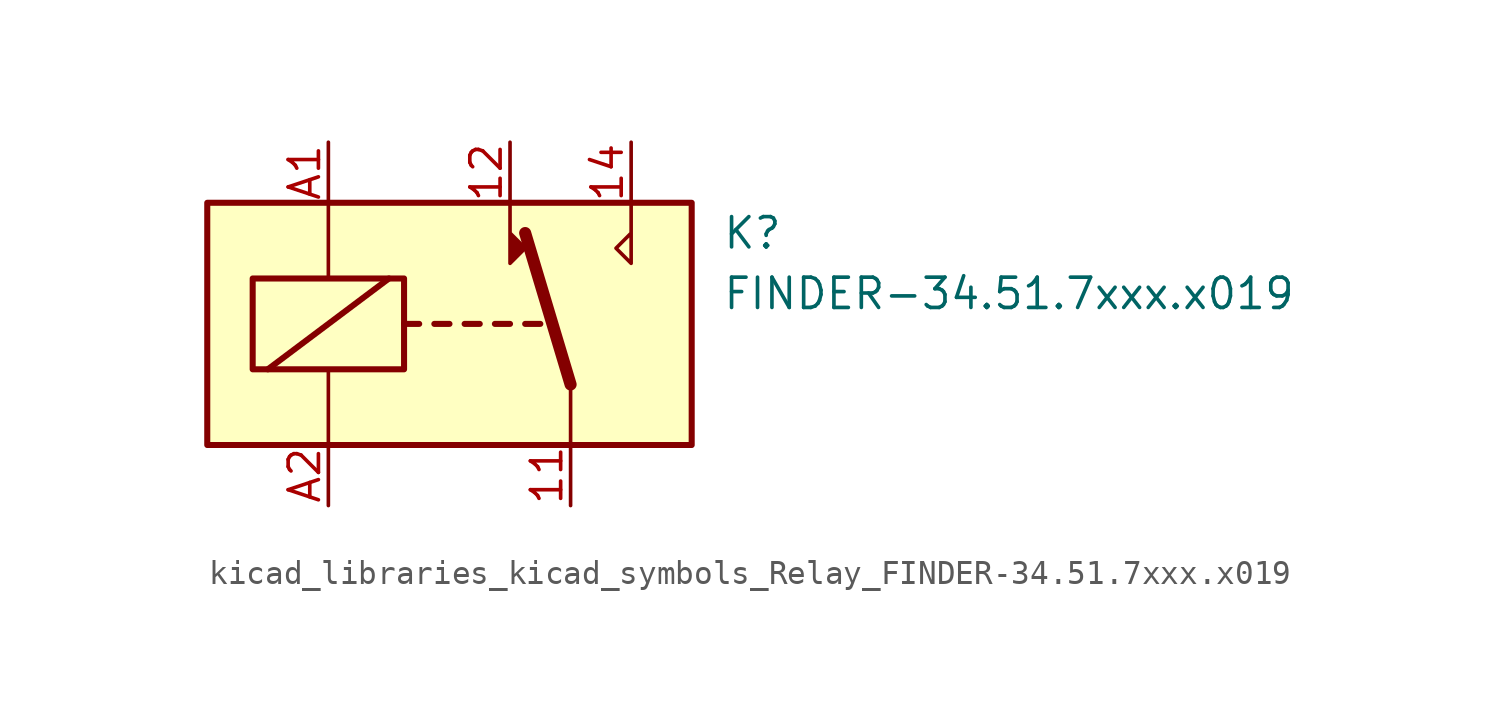
<source format=kicad_sym>
(kicad_symbol_lib
  (version 20220914)
  (generator kicad_symbol_editor)
  (symbol "kicad_libraries_kicad_symbols_Relay_FINDER-34.51.7xxx.x019"
    (property "Reference" "K"
      (at 11.43 3.81 0)
      (effects (font (size 1.27 1.27)) (justify left)))
    (property "Value" "FINDER-34.51.7xxx.x019"
      (at 11.43 1.27 0)
      (effects (font (size 1.27 1.27)) (justify left)))
    (symbol "kicad_libraries_kicad_symbols_Relay_FINDER-34.51.7xxx.x019_0_0"
      (polyline (pts (xy 7.62 5.08) (xy 7.62 2.54) (xy 6.985 3.175) (xy 7.62 3.81)) (stroke (width 0) (type default)) (fill (type none))))
    (symbol "kicad_libraries_kicad_symbols_Relay_FINDER-34.51.7xxx.x019_0_1"
      (rectangle (start -10.16 5.08) (end 10.16 -5.08) (stroke (width 0.254) (type default)) (fill (type background)))
      (rectangle (start -8.255 1.905) (end -1.905 -1.905) (stroke (width 0.254) (type default)) (fill (type none)))
      (polyline (pts (xy -7.62 -1.905) (xy -2.54 1.905)) (stroke (width 0.254) (type default)) (fill (type none)))
      (polyline (pts (xy -5.08 -5.08) (xy -5.08 -1.905)) (stroke (width 0) (type default)) (fill (type none)))
      (polyline (pts (xy -5.08 5.08) (xy -5.08 1.905)) (stroke (width 0) (type default)) (fill (type none)))
      (polyline (pts (xy -1.905 0) (xy -1.27 0)) (stroke (width 0.254) (type default)) (fill (type none)))
      (polyline (pts (xy -0.635 0) (xy 0 0)) (stroke (width 0.254) (type default)) (fill (type none)))
      (polyline (pts (xy 0.635 0) (xy 1.27 0)) (stroke (width 0.254) (type default)) (fill (type none)))
      (polyline (pts (xy 1.905 0) (xy 2.54 0)) (stroke (width 0.254) (type default)) (fill (type none)))
      (polyline (pts (xy 3.175 0) (xy 3.81 0)) (stroke (width 0.254) (type default)) (fill (type none)))
      (polyline (pts (xy 5.08 -2.54) (xy 3.175 3.81)) (stroke (width 0.508) (type default)) (fill (type none)))
      (polyline (pts (xy 5.08 -2.54) (xy 5.08 -5.08)) (stroke (width 0) (type default)) (fill (type none)))
      (polyline (pts (xy 2.54 5.08) (xy 2.54 2.54) (xy 3.175 3.175) (xy 2.54 3.81)) (stroke (width 0) (type default)) (fill (type outline))))
    (symbol "kicad_libraries_kicad_symbols_Relay_FINDER-34.51.7xxx.x019_1_1"
      (pin passive line (at 5.08 -7.62 90) (length 2.54) (name "~" (effects (font (size 1.27 1.27)))) (number "11" (effects (font (size 1.27 1.27)))))
      (pin passive line (at 2.54 7.62 270) (length 2.54) (name "~" (effects (font (size 1.27 1.27)))) (number "12" (effects (font (size 1.27 1.27)))))
      (pin passive line (at 7.62 7.62 270) (length 2.54) (name "~" (effects (font (size 1.27 1.27)))) (number "14" (effects (font (size 1.27 1.27)))))
      (pin passive line (at -5.08 7.62 270) (length 2.54) (name "~" (effects (font (size 1.27 1.27)))) (number "A1" (effects (font (size 1.27 1.27)))))
      (pin passive line (at -5.08 -7.62 90) (length 2.54) (name "~" (effects (font (size 1.27 1.27)))) (number "A2" (effects (font (size 1.27 1.27))))))))
</source>
